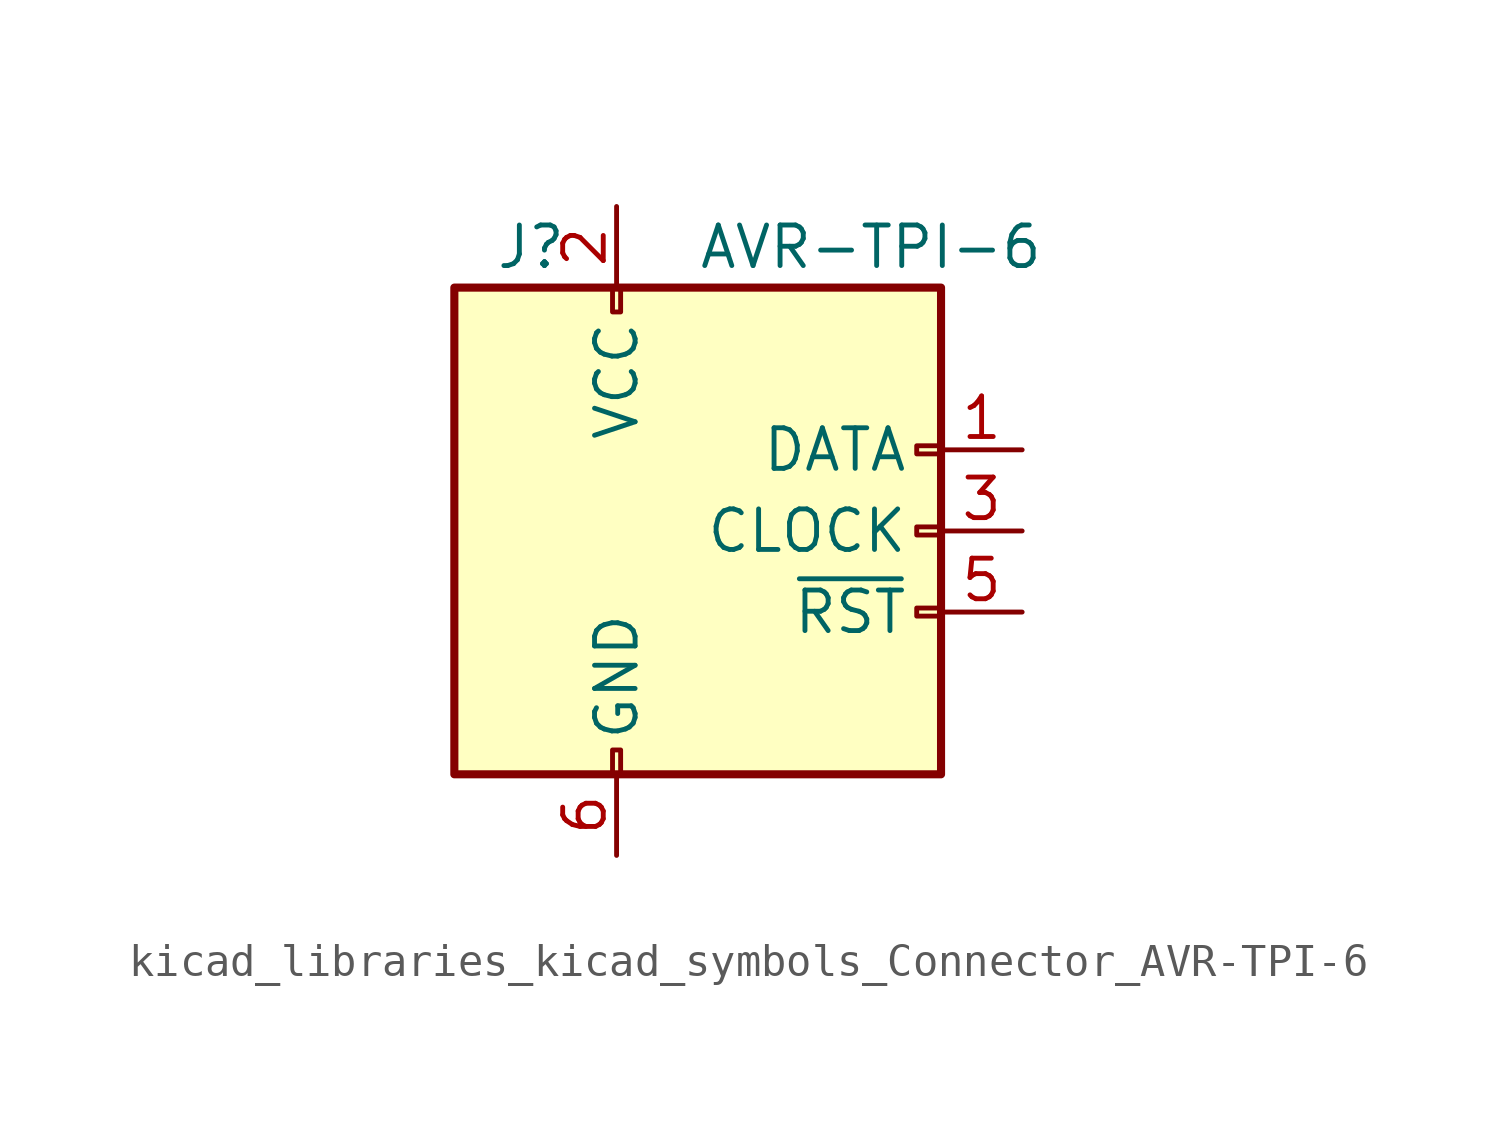
<source format=kicad_sym>
(kicad_symbol_lib
  (version 20220914)
  (generator kicad_symbol_editor)
  (symbol "kicad_libraries_kicad_symbols_Connector_AVR-TPI-6"
    (pin_names
      (offset 1.016))
    (property "Reference" "J"
      (at -6.35 8.89 0)
      (effects (font (size 1.27 1.27)) (justify left)))
    (property "Value" "AVR-TPI-6"
      (at 0 8.89 0)
      (effects (font (size 1.27 1.27)) (justify left)))
    (symbol "kicad_libraries_kicad_symbols_Connector_AVR-TPI-6_0_1"
      (rectangle (start -2.667 -6.858) (end -2.413 -7.62) (stroke (width 0) (type default)) (fill (type none)))
      (rectangle (start -2.667 7.62) (end -2.413 6.858) (stroke (width 0) (type default)) (fill (type none)))
      (rectangle (start 7.62 -2.413) (end 6.858 -2.667) (stroke (width 0) (type default)) (fill (type none)))
      (rectangle (start 7.62 0.127) (end 6.858 -0.127) (stroke (width 0) (type default)) (fill (type none)))
      (rectangle (start 7.62 2.667) (end 6.858 2.413) (stroke (width 0) (type default)) (fill (type none)))
      (rectangle (start 7.62 7.62) (end -7.62 -7.62) (stroke (width 0.254) (type default)) (fill (type background))))
    (symbol "kicad_libraries_kicad_symbols_Connector_AVR-TPI-6_1_1"
      (pin passive line (at 10.16 2.54 180) (length 2.54) (name "DATA" (effects (font (size 1.27 1.27)))) (number "1" (effects (font (size 1.27 1.27)))))
      (pin passive line (at -2.54 10.16 270) (length 2.54) (name "VCC" (effects (font (size 1.27 1.27)))) (number "2" (effects (font (size 1.27 1.27)))))
      (pin passive line (at 10.16 0 180) (length 2.54) (name "CLOCK" (effects (font (size 1.27 1.27)))) (number "3" (effects (font (size 1.27 1.27)))))
      (pin no_connect line (at 7.62 -5.08 180) (length 2.54) hide (name "NC" (effects (font (size 1.27 1.27)))) (number "4" (effects (font (size 1.27 1.27)))))
      (pin passive line (at 10.16 -2.54 180) (length 2.54) (name "~{RST}" (effects (font (size 1.27 1.27)))) (number "5" (effects (font (size 1.27 1.27)))))
      (pin passive line (at -2.54 -10.16 90) (length 2.54) (name "GND" (effects (font (size 1.27 1.27)))) (number "6" (effects (font (size 1.27 1.27))))))))
</source>
